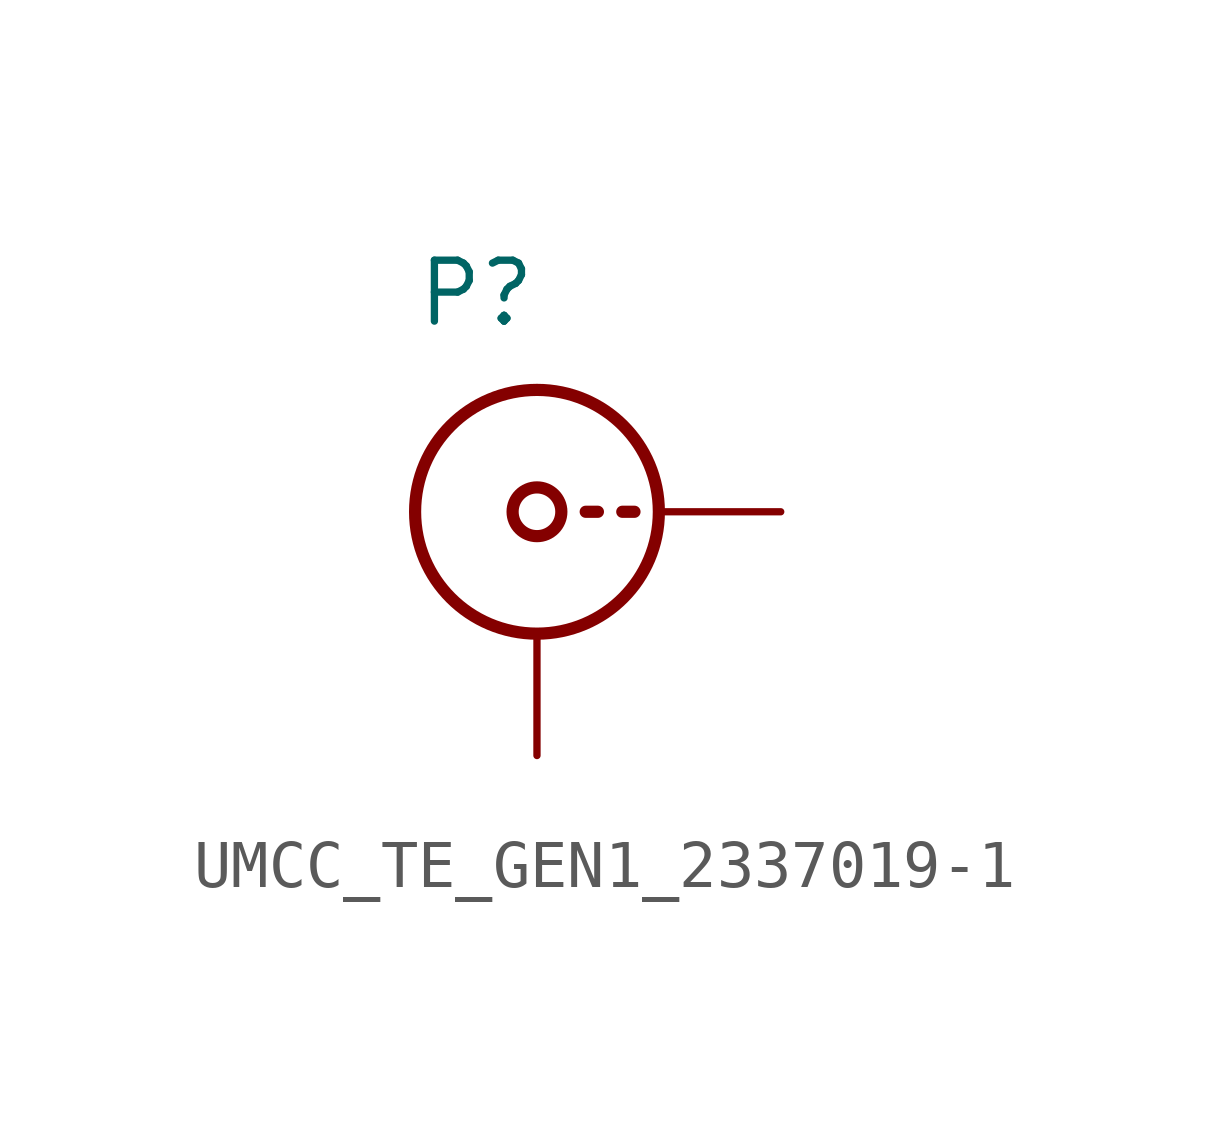
<source format=kicad_sym>
(kicad_symbol_lib
  (version 20231120)
  (generator "kicad_symbol_editor")
  (generator_version "7.99")
  (symbol "UMCC_TE_GEN1_2337019-1"
    (pin_numbers hide)
    (pin_names
      (offset 1.016) hide)
    (property "Reference" "P"
      (at -2.54 3.81 0)
      (effects (font (size 1.27 1.27)) (justify left bottom)))
    (symbol "UMCC_TE_GEN1_2337019-1_1_1"
      (polyline (pts (xy 1.016 0) (xy 1.27 0)) (stroke (width 0.254) (type solid)) (fill (type none)))
      (polyline (pts (xy 1.778 0) (xy 2.032 0)) (stroke (width 0.254) (type solid)) (fill (type none)))
      (circle (center 0 0) (radius 0.508) (stroke (width 0.254) (type solid)) (fill (type none)))
      (circle (center 0 0) (radius 2.54) (stroke (width 0.254) (type solid)) (fill (type none)))
      (pin passive line (at 5.08 0 180) (length 2.54) (name "1" (effects (font (size 1.27 1.27)))) (number "1" (effects (font (size 1.27 1.27)))))
      (pin passive line (at 0 -5.08 90) (length 2.54) (name "2" (effects (font (size 1.27 1.27)))) (number "2" (effects (font (size 1.27 1.27))))))))
</source>
